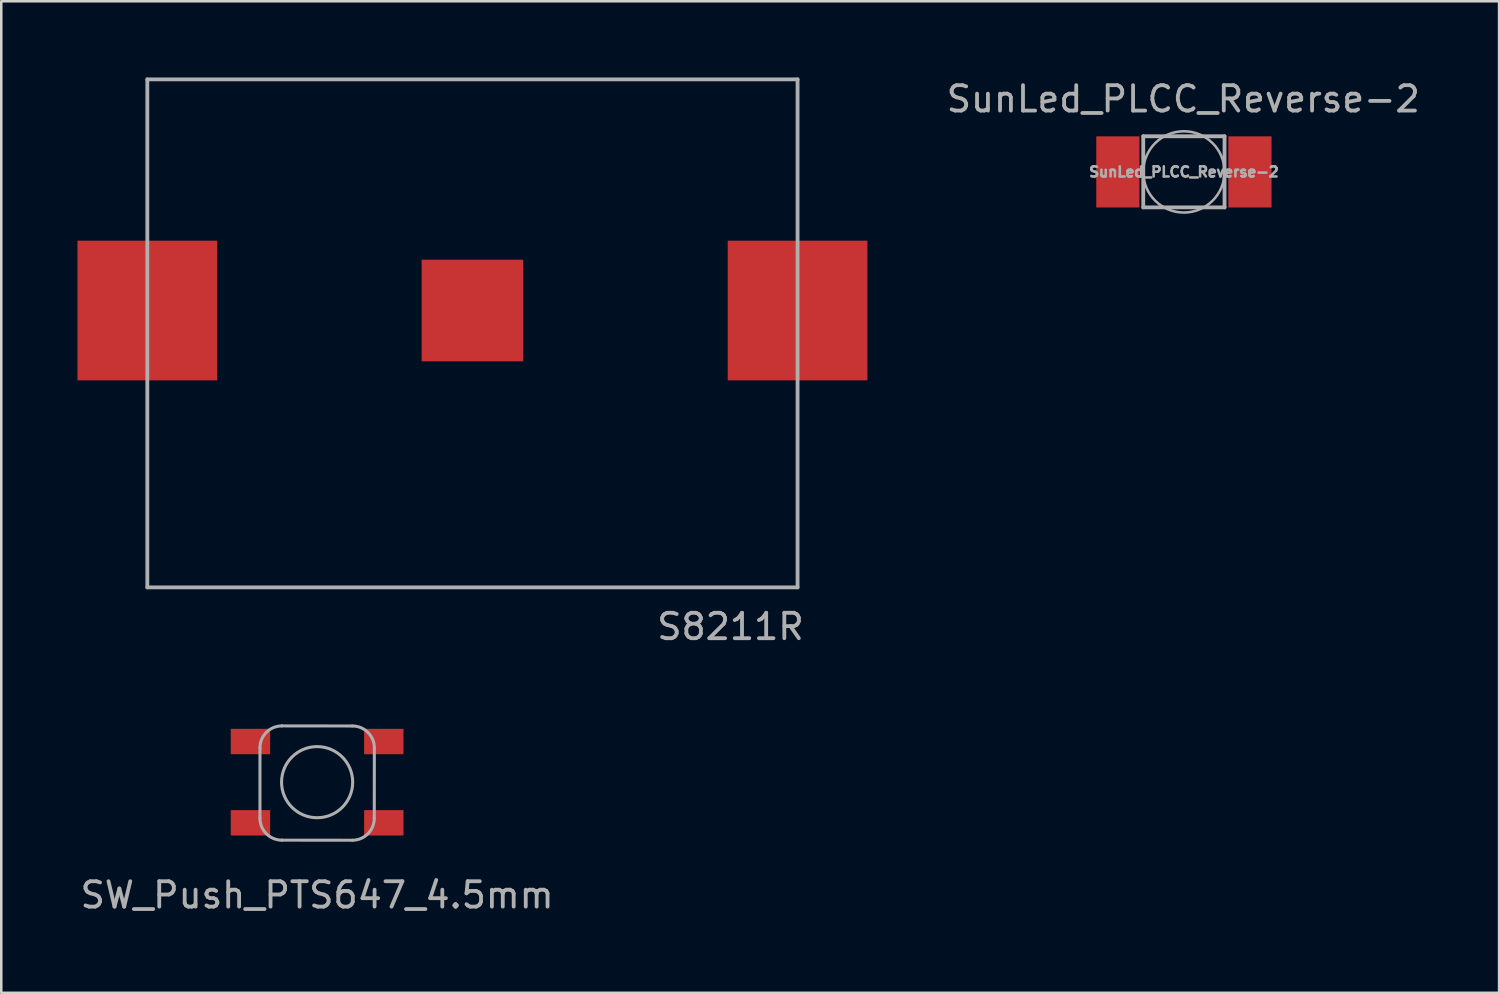
<source format=kicad_pcb>
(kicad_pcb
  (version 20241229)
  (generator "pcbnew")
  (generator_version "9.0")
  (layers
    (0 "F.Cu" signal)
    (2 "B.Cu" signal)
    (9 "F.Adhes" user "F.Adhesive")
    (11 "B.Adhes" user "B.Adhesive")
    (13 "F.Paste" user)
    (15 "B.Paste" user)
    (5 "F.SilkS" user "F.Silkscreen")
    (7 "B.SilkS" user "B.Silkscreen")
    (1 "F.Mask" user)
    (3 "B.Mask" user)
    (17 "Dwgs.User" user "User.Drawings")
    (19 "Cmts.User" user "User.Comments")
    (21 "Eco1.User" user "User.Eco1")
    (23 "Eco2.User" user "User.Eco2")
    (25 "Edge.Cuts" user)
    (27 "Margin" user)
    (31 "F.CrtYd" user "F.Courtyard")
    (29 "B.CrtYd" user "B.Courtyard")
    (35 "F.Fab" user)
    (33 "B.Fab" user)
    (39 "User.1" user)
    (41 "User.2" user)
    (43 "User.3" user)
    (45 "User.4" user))
  (footprint "SW_Push_PTS647_4.5mm"
    (layer "F.Cu")
    (at 9.435 27.744)
    (property "Reference" "SW_Push_PTS647_4.5mm" (at 0 4.445 180) (layer "F.Fab") (effects (font (size 1 1) (thickness 0.15))))
    (attr through_hole)
    (fp_line (start -2.25 1.42) (end -2.25 -1.351) (stroke (width 0.12) (type solid)) (layer "F.Fab"))
    (fp_line (start -1.387 -2.215) (end 1.389 -2.212) (stroke (width 0.12) (type solid)) (layer "F.Fab"))
    (fp_line (start -1.387 2.283) (end 1.387 2.286) (stroke (width 0.12) (type solid)) (layer "F.Fab"))
    (fp_line (start 2.25 1.422) (end 2.253 -1.349) (stroke (width 0.12) (type solid)) (layer "F.Fab"))
    (fp_arc (start -2.25044 -1.35128) (mid -1.997497 -1.961937) (end -1.38684 -2.21488) (stroke (width 0.12) (type solid)) (layer "F.Fab"))
    (fp_arc (start -1.38684 2.28346) (mid -1.997497 2.030517) (end -2.25044 1.41986) (stroke (width 0.12) (type solid)) (layer "F.Fab"))
    (fp_arc (start 1.38938 -2.21234) (mid 2.000037 -1.959397) (end 2.25298 -1.34874) (stroke (width 0.12) (type solid)) (layer "F.Fab"))
    (fp_arc (start 2.25044 1.4224) (mid 1.997497 2.033057) (end 1.38684 2.286) (stroke (width 0.12) (type solid)) (layer "F.Fab"))
    (fp_circle (center 0 0) (end 1.4 0) (stroke (width 0.12) (type solid)) (fill no) (layer "F.Fab"))
    (pad "1" smd rect (at -2.625 -1.6) (size 1.55 1) (layers "F.Cu" "F.Mask" "F.Paste"))
    (pad "2" smd rect (at 2.625 -1.6) (size 1.55 1) (layers "F.Cu" "F.Mask" "F.Paste"))
    (pad "3" smd rect (at -2.625 1.6) (size 1.55 1) (layers "F.Cu" "F.Mask" "F.Paste"))
    (pad "4" smd rect (at 2.625 1.6) (size 1.55 1) (layers "F.Cu" "F.Mask" "F.Paste")))
  (footprint "SunLed_PLCC_Reverse-2"
    (layer "F.Cu")
    (at 43.56 3.718)
    (property "Reference" "SunLed_PLCC_Reverse-2" (at -0.025 -2.87 180) (layer "F.Fab") (effects (font (size 1 1) (thickness 0.15))))
    (attr smd)
    (fp_line (start -1.6 -1.403) (end -1.6 1.397) (stroke (width 0.15) (type solid)) (layer "F.Fab"))
    (fp_line (start -1.6 -1.403) (end 1.6 -1.403) (stroke (width 0.15) (type solid)) (layer "F.Fab"))
    (fp_line (start -1.6 1.397) (end 1.6 1.397) (stroke (width 0.15) (type solid)) (layer "F.Fab"))
    (fp_line (start 1.6 -1.403) (end 1.6 1.397) (stroke (width 0.15) (type solid)) (layer "F.Fab"))
    (fp_circle (center 0 0) (end 1.6 0) (stroke (width 0.1) (type solid)) (fill no) (layer "F.Fab"))
    (fp_text user "${REFERENCE}" (at 0 0 0) (layer "F.Fab") (effects (font (size 0.4 0.4) (thickness 0.1))))
    (pad "1" smd rect (at -2.6 0) (size 1.7 2.8) (layers "F.Cu" "F.Mask" "F.Paste"))
    (pad "2" smd rect (at 2.6 0) (size 1.7 2.8) (layers "F.Cu" "F.Mask" "F.Paste")))
  (footprint "S8211R"
    (layer "F.Cu")
    (at 15.55 9.175)
    (property "Reference" "S8211R" (at 10.16 12.446 0) (layer "F.Fab") (effects (font (size 1 1) (thickness 0.15))))
    (attr through_hole)
    (fp_line (start -12.8 -9.1) (end 12.8 -9.1) (stroke (width 0.15) (type solid)) (layer "F.Fab"))
    (fp_line (start -12.8 10.9) (end -12.8 -9.1) (stroke (width 0.15) (type solid)) (layer "F.Fab"))
    (fp_line (start 12.8 -9.1) (end 12.8 10.9) (stroke (width 0.15) (type solid)) (layer "F.Fab"))
    (fp_line (start 12.8 10.9) (end -12.8 10.9) (stroke (width 0.15) (type solid)) (layer "F.Fab"))
    (pad "1" smd rect (at -12.8 0) (size 5.5 5.5) (layers "F.Cu" "F.Mask" "F.Paste"))
    (pad "1" smd rect (at 12.8 0) (size 5.5 5.5) (layers "F.Cu" "F.Mask" "F.Paste"))
    (pad "2" smd rect (at 0 0) (size 4 4) (layers "F.Cu" "F.Mask" "F.Paste")))
  (gr_rect
    (start -3 -3)
    (end 55.969 36.037)
    (stroke (width 0.1) (type default))
    (fill no)
    (layer "Edge.Cuts")))
</source>
